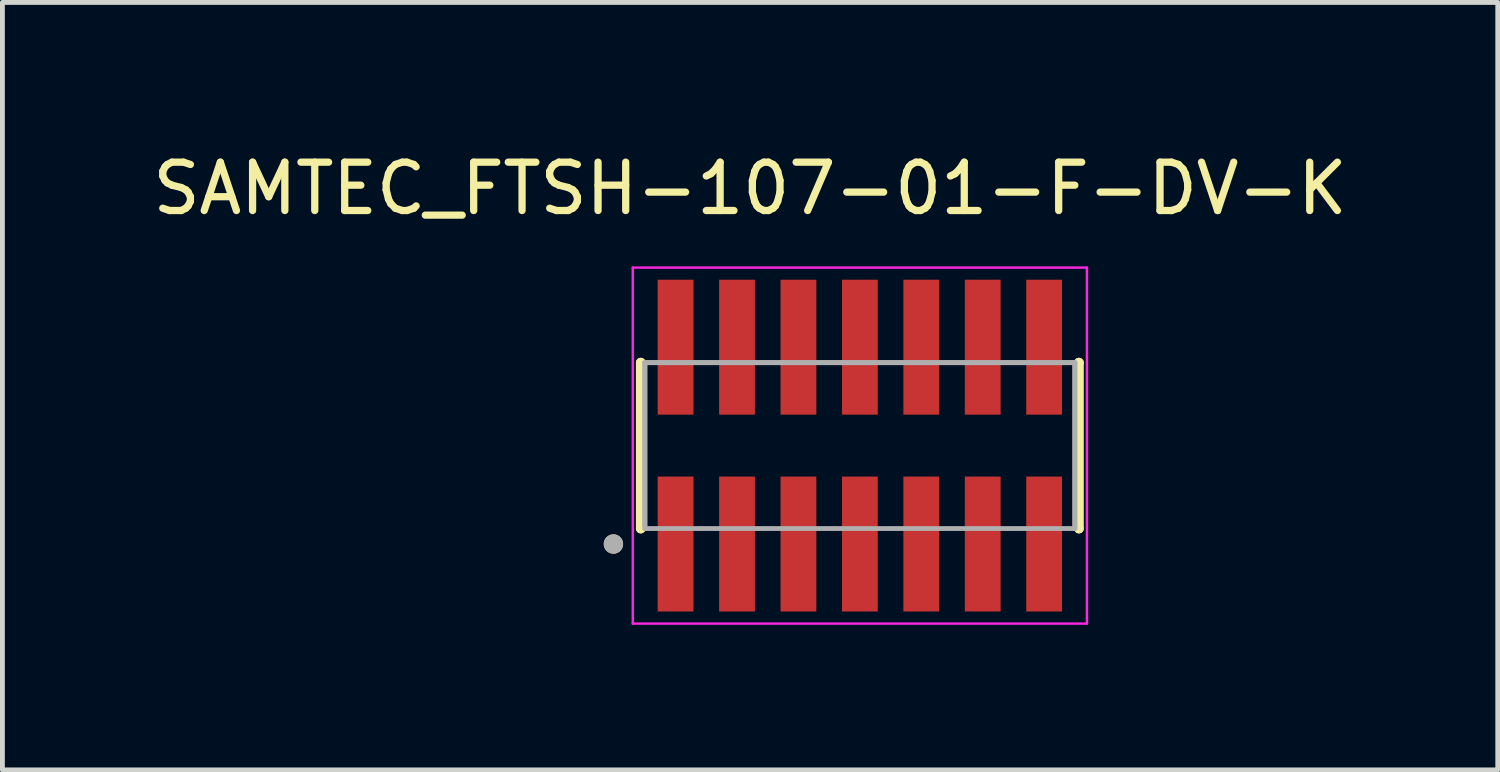
<source format=kicad_pcb>
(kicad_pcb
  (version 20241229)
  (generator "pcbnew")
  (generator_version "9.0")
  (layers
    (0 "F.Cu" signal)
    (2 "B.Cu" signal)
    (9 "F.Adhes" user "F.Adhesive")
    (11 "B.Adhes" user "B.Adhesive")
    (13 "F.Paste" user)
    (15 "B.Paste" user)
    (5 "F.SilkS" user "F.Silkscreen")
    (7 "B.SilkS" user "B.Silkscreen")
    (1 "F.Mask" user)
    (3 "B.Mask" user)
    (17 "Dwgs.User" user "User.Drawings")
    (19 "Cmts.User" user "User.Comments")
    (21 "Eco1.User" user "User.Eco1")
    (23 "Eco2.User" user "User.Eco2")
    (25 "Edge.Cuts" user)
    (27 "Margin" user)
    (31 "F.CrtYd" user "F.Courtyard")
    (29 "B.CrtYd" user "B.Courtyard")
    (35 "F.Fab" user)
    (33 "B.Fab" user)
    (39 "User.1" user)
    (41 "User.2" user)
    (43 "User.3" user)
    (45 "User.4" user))
  (footprint "SAMTEC_FTSH-107-01-F-DV-K"
    (layer "F.Cu")
    (at 14.728 6.163)
    (property "Reference" "SAMTEC_FTSH-107-01-F-DV-K" (at -2.27 -5.315 0) (layer "F.SilkS") (effects (font (size 1 1) (thickness 0.15))))
    (attr smd)
    (fp_line (start -4.53 -1.715) (end -4.53 -1.715) (stroke (width 0.2) (type solid)) (layer "F.SilkS"))
    (fp_line (start -4.53 1.715) (end -4.53 -1.715) (stroke (width 0.2) (type solid)) (layer "F.SilkS"))
    (fp_line (start -4.53 1.715) (end -4.53 1.715) (stroke (width 0.2) (type solid)) (layer "F.SilkS"))
    (fp_line (start 4.53 -1.715) (end 4.53 -1.715) (stroke (width 0.2) (type solid)) (layer "F.SilkS"))
    (fp_line (start 4.53 -1.715) (end 4.53 1.715) (stroke (width 0.2) (type solid)) (layer "F.SilkS"))
    (fp_line (start 4.53 1.715) (end 4.53 1.715) (stroke (width 0.2) (type solid)) (layer "F.SilkS"))
    (fp_circle (center -5.095 2.035) (end -4.995 2.035) (stroke (width 0.2) (type solid)) (fill no) (layer "F.SilkS"))
    (fp_line (start -4.695 -3.68) (end 4.695 -3.68) (stroke (width 0.05) (type solid)) (layer "F.CrtYd"))
    (fp_line (start -4.695 3.68) (end -4.695 -3.68) (stroke (width 0.05) (type solid)) (layer "F.CrtYd"))
    (fp_line (start 4.695 -3.68) (end 4.695 3.68) (stroke (width 0.05) (type solid)) (layer "F.CrtYd"))
    (fp_line (start 4.695 3.68) (end -4.695 3.68) (stroke (width 0.05) (type solid)) (layer "F.CrtYd"))
    (fp_line (start -4.445 -1.715) (end 4.445 -1.715) (stroke (width 0.1) (type solid)) (layer "F.Fab"))
    (fp_line (start -4.445 -1.715) (end 4.445 -1.715) (stroke (width 0.1) (type solid)) (layer "F.Fab"))
    (fp_line (start -4.445 1.715) (end -4.445 -1.715) (stroke (width 0.1) (type solid)) (layer "F.Fab"))
    (fp_line (start -4.445 1.715) (end -4.445 -1.715) (stroke (width 0.1) (type solid)) (layer "F.Fab"))
    (fp_line (start 4.445 -1.715) (end 4.445 1.715) (stroke (width 0.1) (type solid)) (layer "F.Fab"))
    (fp_line (start 4.445 -1.715) (end 4.445 1.715) (stroke (width 0.1) (type solid)) (layer "F.Fab"))
    (fp_line (start 4.445 1.715) (end -4.445 1.715) (stroke (width 0.1) (type solid)) (layer "F.Fab"))
    (fp_circle (center -5.095 2.035) (end -4.995 2.035) (stroke (width 0.2) (type solid)) (fill no) (layer "F.Fab"))
    (pad "01" smd rect (at -3.81 2.035) (size 0.74 2.79) (layers "F.Cu" "F.Mask" "F.Paste"))
    (pad "02" smd rect (at -3.81 -2.035) (size 0.74 2.79) (layers "F.Cu" "F.Mask" "F.Paste"))
    (pad "03" smd rect (at -2.54 2.035) (size 0.74 2.79) (layers "F.Cu" "F.Mask" "F.Paste"))
    (pad "04" smd rect (at -2.54 -2.035) (size 0.74 2.79) (layers "F.Cu" "F.Mask" "F.Paste"))
    (pad "05" smd rect (at -1.27 2.035) (size 0.74 2.79) (layers "F.Cu" "F.Mask" "F.Paste"))
    (pad "06" smd rect (at -1.27 -2.035) (size 0.74 2.79) (layers "F.Cu" "F.Mask" "F.Paste"))
    (pad "07" smd rect (at 0 2.035) (size 0.74 2.79) (layers "F.Cu" "F.Mask" "F.Paste"))
    (pad "08" smd rect (at 0 -2.035) (size 0.74 2.79) (layers "F.Cu" "F.Mask" "F.Paste"))
    (pad "09" smd rect (at 1.27 2.035) (size 0.74 2.79) (layers "F.Cu" "F.Mask" "F.Paste"))
    (pad "10" smd rect (at 1.27 -2.035) (size 0.74 2.79) (layers "F.Cu" "F.Mask" "F.Paste"))
    (pad "11" smd rect (at 2.54 2.035) (size 0.74 2.79) (layers "F.Cu" "F.Mask" "F.Paste"))
    (pad "12" smd rect (at 2.54 -2.035) (size 0.74 2.79) (layers "F.Cu" "F.Mask" "F.Paste"))
    (pad "13" smd rect (at 3.81 2.035) (size 0.74 2.79) (layers "F.Cu" "F.Mask" "F.Paste"))
    (pad "14" smd rect (at 3.81 -2.035) (size 0.74 2.79) (layers "F.Cu" "F.Mask" "F.Paste")))
  (gr_rect
    (start -3 -3)
    (end 27.917 12.868)
    (stroke (width 0.1) (type default))
    (fill no)
    (layer "Edge.Cuts")))
</source>
